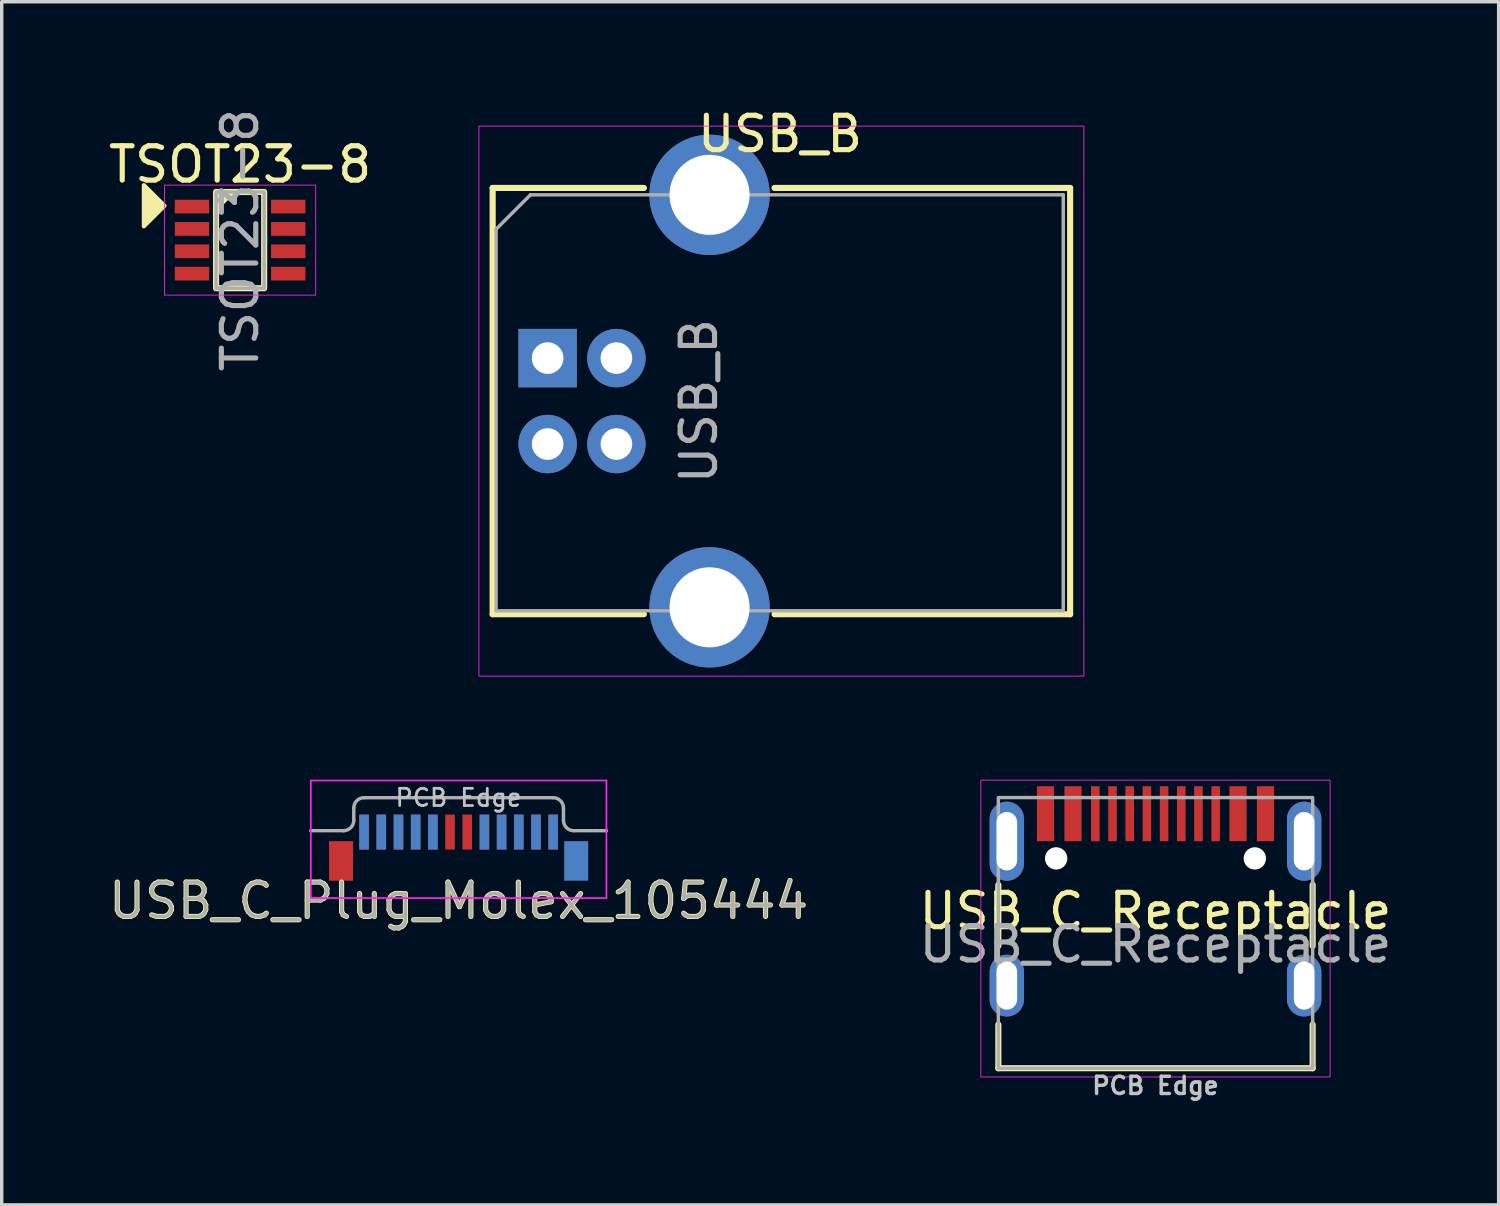
<source format=kicad_pcb>
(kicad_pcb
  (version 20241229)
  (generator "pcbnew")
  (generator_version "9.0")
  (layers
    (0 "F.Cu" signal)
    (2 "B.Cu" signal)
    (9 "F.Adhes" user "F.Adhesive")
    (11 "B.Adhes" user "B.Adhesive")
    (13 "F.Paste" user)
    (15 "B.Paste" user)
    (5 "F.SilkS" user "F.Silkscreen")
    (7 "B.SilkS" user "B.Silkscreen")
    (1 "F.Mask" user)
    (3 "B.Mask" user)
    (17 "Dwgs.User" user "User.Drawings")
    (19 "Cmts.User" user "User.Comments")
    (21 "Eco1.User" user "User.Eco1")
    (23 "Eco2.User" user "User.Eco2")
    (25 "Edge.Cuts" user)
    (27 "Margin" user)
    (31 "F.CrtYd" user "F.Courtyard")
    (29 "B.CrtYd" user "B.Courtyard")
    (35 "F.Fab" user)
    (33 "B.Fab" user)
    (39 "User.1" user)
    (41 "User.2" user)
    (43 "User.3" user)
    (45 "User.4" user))
  (footprint "TSOT23-8"
    (layer "F.Cu")
    (at 3.935 3.935)
    (property "Reference" "TSOT23-8" (at 0 -2.2 0) (unlocked yes) (layer "F.SilkS") (effects (font (size 1 1) (thickness 0.15))))
    (attr smd)
    (fp_rect (start -0.7 -1.4) (end 0.7 1.4) (stroke (width 0.178) (type solid)) (fill no) (layer "F.SilkS"))
    (fp_poly (pts (xy -2.2 -1) (xy -2.8 -0.4) (xy -2.8 -1.6)) (stroke (width 0.12) (type solid)) (fill yes) (layer "F.SilkS"))
    (fp_poly (pts (xy -0.7 -0.9) (xy -0.7 -1.4) (xy -0.2 -1.4)) (stroke (width 0.12) (type solid)) (fill yes) (layer "F.SilkS"))
    (fp_rect (start -2.2 -1.6) (end 2.2 1.6) (stroke (width 0.025) (type solid)) (fill no) (layer "F.CrtYd"))
    (fp_line (start -0.7 -1.1) (end -0.4 -1.4) (stroke (width 0.1) (type solid)) (layer "F.Fab"))
    (fp_rect (start -0.7 -1.4) (end 0.7 1.4) (stroke (width 0.1) (type solid)) (fill no) (layer "F.Fab"))
    (fp_text user "${REFERENCE}" (at 0 0 90) (unlocked yes) (layer "F.Fab") (effects (font (size 1 1) (thickness 0.15))))
    (pad "1" smd rect (at -1.4 -0.975) (size 1 0.4) (layers "F.Cu" "F.Mask" "F.Paste"))
    (pad "2" smd rect (at -1.4 -0.325) (size 1 0.4) (layers "F.Cu" "F.Mask" "F.Paste"))
    (pad "3" smd rect (at -1.4 0.325) (size 1 0.4) (layers "F.Cu" "F.Mask" "F.Paste"))
    (pad "4" smd rect (at -1.4 0.975) (size 1 0.4) (layers "F.Cu" "F.Mask" "F.Paste"))
    (pad "5" smd rect (at 1.4 0.975) (size 1 0.4) (layers "F.Cu" "F.Mask" "F.Paste"))
    (pad "6" smd rect (at 1.4 0.325) (size 1 0.4) (layers "F.Cu" "F.Mask" "F.Paste"))
    (pad "7" smd rect (at 1.4 -0.325) (size 1 0.4) (layers "F.Cu" "F.Mask" "F.Paste"))
    (pad "8" smd rect (at 1.4 -0.975) (size 1 0.4) (layers "F.Cu" "F.Mask" "F.Paste")))
  (footprint "USB_C_Plug_Molex_105444"
    (layer "F.Cu")
    (at 10.292 21.116)
    (property "Reference" "USB_C_Plug_Molex_105444" (at 0 2.04 0) (layer "F.SilkS") (effects (font (size 1 1) (thickness 0.15))))
    (attr smd)
    (fp_line (start -4.3 1.96) (end -4.3 -1.46) (stroke (width 0.05) (type solid)) (layer "F.CrtYd"))
    (fp_line (start 4.3 -1.46) (end -4.3 -1.46) (stroke (width 0.05) (type solid)) (layer "F.CrtYd"))
    (fp_line (start 4.3 1.96) (end -4.3 1.96) (stroke (width 0.05) (type solid)) (layer "F.CrtYd"))
    (fp_line (start 4.3 1.96) (end 4.3 -1.46) (stroke (width 0.05) (type solid)) (layer "F.CrtYd"))
    (fp_line (start -3.35 0) (end -4.3 0) (stroke (width 0.1) (type solid)) (layer "F.Fab"))
    (fp_line (start -3.05 -0.66) (end -3.05 -0.3) (stroke (width 0.1) (type solid)) (layer "F.Fab"))
    (fp_line (start -2.75 -0.96) (end 2.75 -0.96) (stroke (width 0.1) (type solid)) (layer "F.Fab"))
    (fp_line (start 3.05 -0.66) (end 3.05 -0.3) (stroke (width 0.1) (type solid)) (layer "F.Fab"))
    (fp_line (start 3.35 0) (end 4.3 0) (stroke (width 0.1) (type solid)) (layer "F.Fab"))
    (fp_arc (start -3.05 -0.66) (mid -2.962132 -0.872132) (end -2.75 -0.96) (stroke (width 0.1) (type solid)) (layer "F.Fab"))
    (fp_arc (start -3.05 -0.3) (mid -3.137868 -0.087868) (end -3.35 0) (stroke (width 0.1) (type solid)) (layer "F.Fab"))
    (fp_arc (start 2.75 -0.96) (mid 2.962132 -0.872132) (end 3.05 -0.66) (stroke (width 0.1) (type solid)) (layer "F.Fab"))
    (fp_arc (start 3.35 0) (mid 3.137868 -0.087868) (end 3.05 -0.3) (stroke (width 0.1) (type solid)) (layer "F.Fab"))
    (fp_text user "PCB Edge" (at 0 -0.96 0) (layer "Dwgs.User") (effects (font (size 0.5 0.5) (thickness 0.08))))
    (fp_text user "${REFERENCE}" (at 0 2.04 0) (layer "F.Fab") (effects (font (size 1 1) (thickness 0.1))))
    (pad "A1" smd rect (at -2.75 0.04) (size 0.279 1.016) (layers "F.Cu" "F.Mask" "F.Paste"))
    (pad "A2" smd rect (at -2.25 0.04) (size 0.279 1.016) (layers "F.Cu" "F.Mask" "F.Paste"))
    (pad "A3" smd rect (at -1.75 0.04) (size 0.279 1.016) (layers "F.Cu" "F.Mask" "F.Paste"))
    (pad "A4" smd rect (at -1.25 0.04) (size 0.279 1.016) (layers "F.Cu" "F.Mask" "F.Paste"))
    (pad "A5" smd rect (at -0.75 0.04) (size 0.279 1.016) (layers "F.Cu" "F.Mask" "F.Paste"))
    (pad "A6" smd rect (at -0.25 0.04) (size 0.279 1.016) (layers "F.Cu" "F.Mask" "F.Paste"))
    (pad "A7" smd rect (at 0.25 0.04) (size 0.279 1.016) (layers "F.Cu" "F.Mask" "F.Paste"))
    (pad "A8" smd rect (at 0.75 0.04) (size 0.279 1.016) (layers "F.Cu" "F.Mask" "F.Paste"))
    (pad "A9" smd rect (at 1.25 0.04) (size 0.279 1.016) (layers "F.Cu" "F.Mask" "F.Paste"))
    (pad "A10" smd rect (at 1.75 0.04) (size 0.279 1.016) (layers "F.Cu" "F.Mask" "F.Paste"))
    (pad "A11" smd rect (at 2.25 0.04) (size 0.279 1.016) (layers "F.Cu" "F.Mask" "F.Paste"))
    (pad "A12" smd rect (at 2.75 0.04) (size 0.279 1.016) (layers "F.Cu" "F.Mask" "F.Paste"))
    (pad "B1" smd rect (at 2.75 0.04) (size 0.279 1.016) (layers "B.Cu" "B.Mask" "B.Paste"))
    (pad "B2" smd rect (at 2.25 0.04) (size 0.279 1.016) (layers "B.Cu" "B.Mask" "B.Paste"))
    (pad "B3" smd rect (at 1.75 0.04) (size 0.279 1.016) (layers "B.Cu" "B.Mask" "B.Paste"))
    (pad "B4" smd rect (at 1.25 0.04) (size 0.279 1.016) (layers "B.Cu" "B.Mask" "B.Paste"))
    (pad "B5" smd rect (at 0.75 0.04) (size 0.279 1.016) (layers "B.Cu" "B.Mask" "B.Paste"))
    (pad "B8" smd rect (at -0.75 0.04) (size 0.279 1.016) (layers "B.Cu" "B.Mask" "B.Paste"))
    (pad "B9" smd rect (at -1.25 0.04) (size 0.279 1.016) (layers "B.Cu" "B.Mask" "B.Paste"))
    (pad "B10" smd rect (at -1.75 0.04) (size 0.279 1.016) (layers "B.Cu" "B.Mask" "B.Paste"))
    (pad "B11" smd rect (at -2.25 0.04) (size 0.279 1.016) (layers "B.Cu" "B.Mask" "B.Paste"))
    (pad "B12" smd rect (at -2.75 0.04) (size 0.279 1.016) (layers "B.Cu" "B.Mask" "B.Paste"))
    (pad "SH" smd rect (at -3.42 0.88) (size 0.7 1.15) (layers "F.Cu" "F.Mask" "F.Paste"))
    (pad "SH" smd rect (at 3.42 0.88) (size 0.7 1.15) (layers "B.Cu" "B.Mask" "B.Paste")))
  (footprint "USB_C_Receptacle"
    (layer "F.Cu")
    (at 30.565 21.422)
    (property "Reference" "USB_C_Receptacle" (at 0 2.032 0) (layer "F.SilkS") (effects (font (size 1 1) (thickness 0.15))))
    (attr through_hole)
    (fp_line (start -4.572 3.048) (end -4.572 1.27) (stroke (width 0.178) (type solid)) (layer "F.SilkS"))
    (fp_line (start -4.572 5.334) (end -4.572 6.604) (stroke (width 0.178) (type solid)) (layer "F.SilkS"))
    (fp_line (start -4.572 6.604) (end 4.572 6.604) (stroke (width 0.178) (type solid)) (layer "F.SilkS"))
    (fp_line (start 4.572 3.048) (end 4.572 1.27) (stroke (width 0.178) (type solid)) (layer "F.SilkS"))
    (fp_line (start 4.572 5.334) (end 4.572 6.604) (stroke (width 0.178) (type solid)) (layer "F.SilkS"))
    (fp_rect (start -5.08 6.858) (end 5.08 -1.778) (stroke (width 0.025) (type solid)) (fill no) (layer "F.CrtYd"))
    (fp_rect (start -4.572 6.604) (end 4.572 -1.27) (stroke (width 0.1) (type solid)) (fill no) (layer "F.Fab"))
    (fp_text user "PCB Edge" (at 0 7.112 0) (layer "Dwgs.User") (effects (font (size 0.5 0.5) (thickness 0.1))))
    (fp_text user "${REFERENCE}" (at 0 3 0) (layer "F.Fab") (effects (font (size 1 1) (thickness 0.15))))
    (pad "" np_thru_hole circle (at -2.89 0.5) (size 0.65 0.65) (drill 0.65) (layers "*.Cu" "*.Mask"))
    (pad "" np_thru_hole circle (at 2.89 0.5) (size 0.65 0.65) (drill 0.65) (layers "*.Cu" "*.Mask"))
    (pad "A1" smd rect (at -3.2 -0.8) (size 0.5 1.6) (layers "F.Cu" "F.Mask" "F.Paste"))
    (pad "A4" smd rect (at -2.4 -0.8) (size 0.5 1.6) (layers "F.Cu" "F.Mask" "F.Paste"))
    (pad "A5" smd rect (at -1.25 -0.8) (size 0.25 1.6) (layers "F.Cu" "F.Mask" "F.Paste"))
    (pad "A6" smd rect (at -0.25 -0.8) (size 0.25 1.6) (layers "F.Cu" "F.Mask" "F.Paste"))
    (pad "A7" smd rect (at 0.25 -0.8) (size 0.25 1.6) (layers "F.Cu" "F.Mask" "F.Paste"))
    (pad "A8" smd rect (at 1.25 -0.8) (size 0.25 1.6) (layers "F.Cu" "F.Mask" "F.Paste"))
    (pad "B1" smd rect (at 3.2 -0.8) (size 0.5 1.6) (layers "F.Cu" "F.Mask" "F.Paste"))
    (pad "B4" smd rect (at 2.4 -0.8) (size 0.5 1.6) (layers "F.Cu" "F.Mask" "F.Paste"))
    (pad "B5" smd rect (at 1.75 -0.8) (size 0.25 1.6) (layers "F.Cu" "F.Mask" "F.Paste"))
    (pad "B6" smd rect (at 0.75 -0.8) (size 0.25 1.6) (layers "F.Cu" "F.Mask" "F.Paste"))
    (pad "B7" smd rect (at -0.75 -0.8) (size 0.25 1.6) (layers "F.Cu" "F.Mask" "F.Paste"))
    (pad "B8" smd rect (at -1.75 -0.8) (size 0.25 1.6) (layers "F.Cu" "F.Mask" "F.Paste"))
    (pad "SH" thru_hole oval (at -4.325 0) (size 1 2.3) (drill oval 0.6 1.7) (layers "*.Cu" "*.Mask"))
    (pad "SH" thru_hole oval (at -4.325 4.2) (size 1 1.8) (drill oval 0.6 1.4) (layers "*.Cu" "*.Mask"))
    (pad "SH" thru_hole oval (at 4.325 0) (size 1 2.3) (drill oval 0.6 1.7) (layers "*.Cu" "*.Mask"))
    (pad "SH" thru_hole oval (at 4.325 4.2) (size 1 1.8) (drill oval 0.6 1.4) (layers "*.Cu" "*.Mask")))
  (footprint "USB_B"
    (layer "F.Cu")
    (at 12.882 8.618)
    (property "Reference" "USB_B" (at 6.76 -7.77 0) (layer "F.SilkS") (effects (font (size 1 1) (thickness 0.15))))
    (attr through_hole)
    (fp_line (start -1.6 -6.2) (end -1.6 6.2) (stroke (width 0.178) (type solid)) (layer "F.SilkS"))
    (fp_line (start -1.6 6.2) (end 2.8 6.2) (stroke (width 0.178) (type solid)) (layer "F.SilkS"))
    (fp_line (start 2.8 -6.2) (end -1.6 -6.2) (stroke (width 0.178) (type solid)) (layer "F.SilkS"))
    (fp_line (start 6.6 -6.2) (end 15.2 -6.2) (stroke (width 0.178) (type solid)) (layer "F.SilkS"))
    (fp_line (start 15.2 -6.2) (end 15.2 6.2) (stroke (width 0.178) (type solid)) (layer "F.SilkS"))
    (fp_line (start 15.2 6.2) (end 6.6 6.2) (stroke (width 0.178) (type solid)) (layer "F.SilkS"))
    (fp_rect (start -2 -8) (end 15.6 8) (stroke (width 0.025) (type solid)) (fill no) (layer "F.CrtYd"))
    (fp_line (start -1.5 -5) (end -0.5 -6) (stroke (width 0.1) (type solid)) (layer "F.Fab"))
    (fp_line (start -1.5 6.1) (end -1.5 -5) (stroke (width 0.1) (type solid)) (layer "F.Fab"))
    (fp_line (start -0.5 -6) (end 15 -6) (stroke (width 0.1) (type solid)) (layer "F.Fab"))
    (fp_line (start 15 -6) (end 15 6.1) (stroke (width 0.1) (type solid)) (layer "F.Fab"))
    (fp_line (start 15 6.1) (end -1.5 6.1) (stroke (width 0.1) (type solid)) (layer "F.Fab"))
    (fp_text user "${REFERENCE}" (at 4.4 0 270) (layer "F.Fab") (effects (font (size 1 1) (thickness 0.15))))
    (pad "1" thru_hole rect (at 0 -1.25) (size 1.7 1.7) (drill 0.92) (layers "*.Cu" "*.Mask"))
    (pad "2" thru_hole circle (at 0 1.25) (size 1.7 1.7) (drill 0.92) (layers "*.Cu" "*.Mask"))
    (pad "3" thru_hole circle (at 2 1.25) (size 1.7 1.7) (drill 0.92) (layers "*.Cu" "*.Mask"))
    (pad "4" thru_hole circle (at 2 -1.25) (size 1.7 1.7) (drill 0.92) (layers "*.Cu" "*.Mask"))
    (pad "SH" thru_hole circle (at 4.71 -6) (size 3.5 3.5) (drill 2.33) (layers "*.Cu" "*.Mask"))
    (pad "SH" thru_hole circle (at 4.71 6) (size 3.5 3.5) (drill 2.33) (layers "*.Cu" "*.Mask")))
  (gr_rect
    (start -3 -3)
    (end 40.548 32.002)
    (stroke (width 0.1) (type default))
    (fill no)
    (layer "Edge.Cuts")))
</source>
